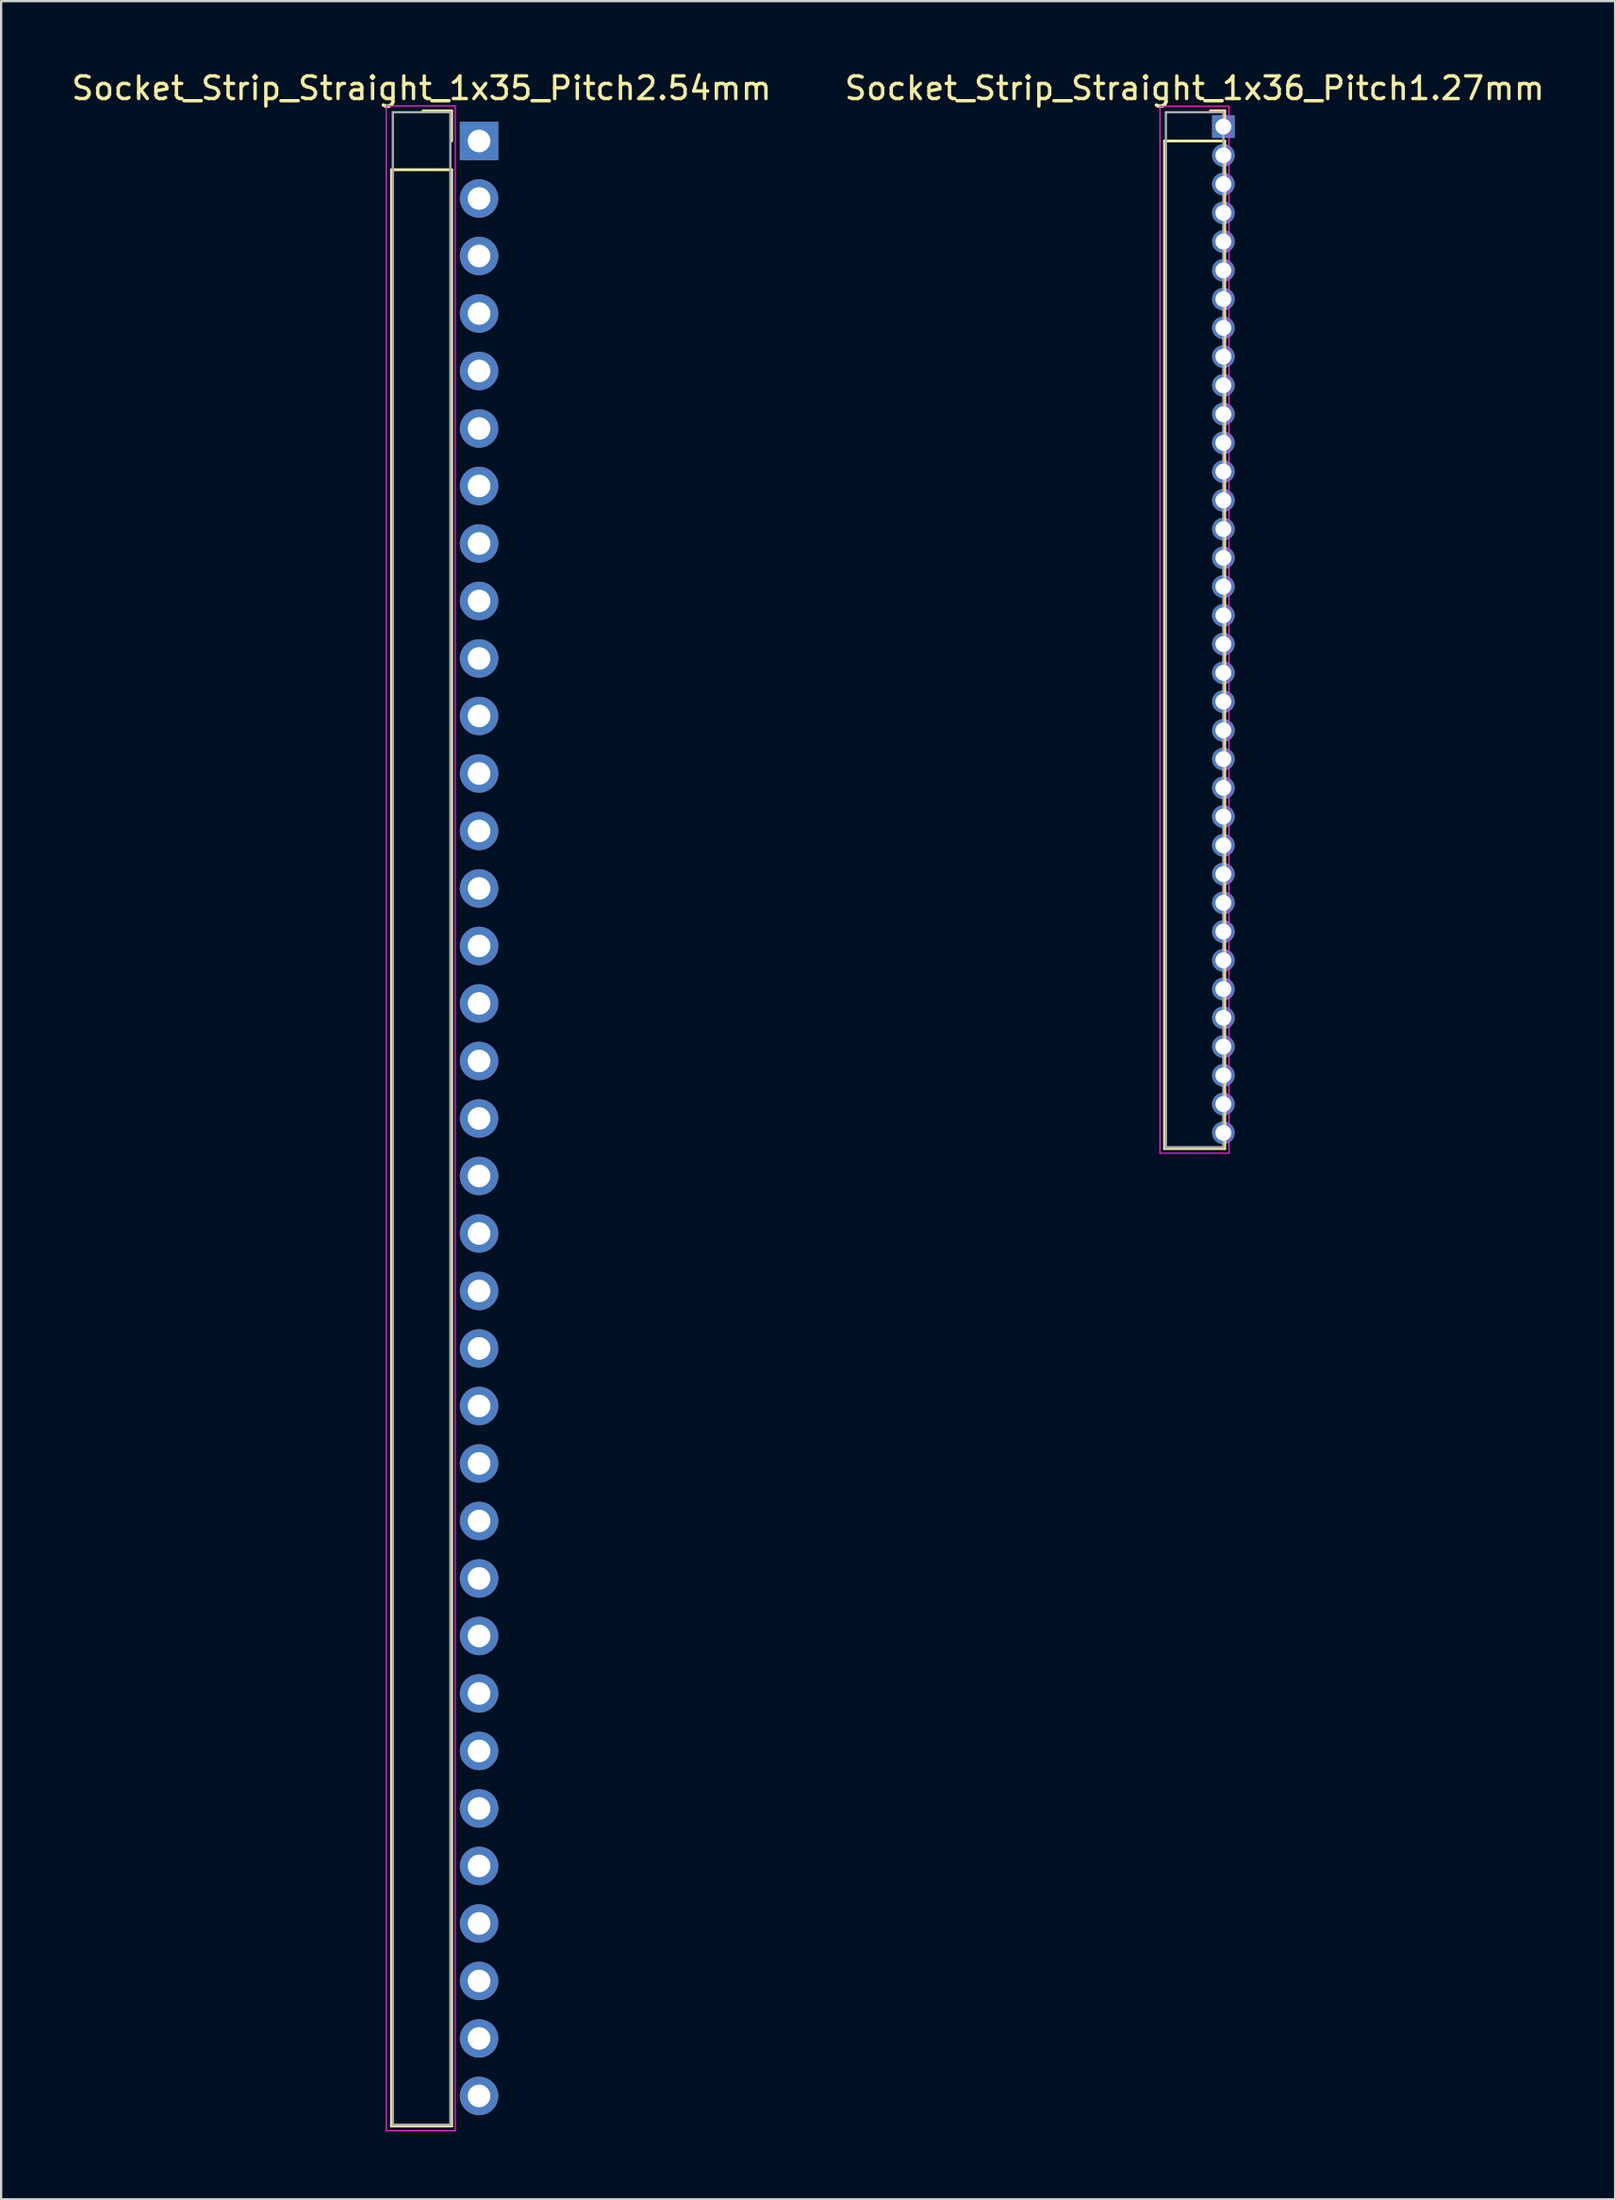
<source format=kicad_pcb>
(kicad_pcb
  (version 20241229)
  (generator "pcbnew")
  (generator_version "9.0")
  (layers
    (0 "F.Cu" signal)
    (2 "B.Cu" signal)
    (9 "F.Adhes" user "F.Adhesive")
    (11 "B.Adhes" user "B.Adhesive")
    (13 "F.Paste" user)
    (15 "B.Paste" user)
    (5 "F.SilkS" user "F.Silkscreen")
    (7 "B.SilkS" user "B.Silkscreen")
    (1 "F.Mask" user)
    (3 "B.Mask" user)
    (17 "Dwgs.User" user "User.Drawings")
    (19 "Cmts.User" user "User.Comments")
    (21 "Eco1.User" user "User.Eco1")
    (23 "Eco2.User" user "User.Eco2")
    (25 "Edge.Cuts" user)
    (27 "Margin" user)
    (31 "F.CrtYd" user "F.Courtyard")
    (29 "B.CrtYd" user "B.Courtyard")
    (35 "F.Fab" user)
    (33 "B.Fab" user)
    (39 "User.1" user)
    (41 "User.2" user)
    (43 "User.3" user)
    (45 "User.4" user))
  (footprint "Socket_Strip_Straight_1x36_Pitch1.27mm"
    (layer "F.Cu")
    (at 51.002 2.543)
    (property "Reference" "Socket_Strip_Straight_1x36_Pitch1.27mm" (at -1.27 -1.695 0) (layer "F.SilkS") (effects (font (size 1 1) (thickness 0.15))))
    (attr through_hole)
    (fp_line (start -2.6 0.635) (end -2.6 45.145) (stroke (width 0.12) (type solid)) (layer "F.SilkS"))
    (fp_line (start -2.6 45.145) (end 0.06 45.145) (stroke (width 0.12) (type solid)) (layer "F.SilkS"))
    (fp_line (start 0.06 -0.695) (end -0.575 -0.695) (stroke (width 0.12) (type solid)) (layer "F.SilkS"))
    (fp_line (start 0.06 0) (end 0.06 -0.695) (stroke (width 0.12) (type solid)) (layer "F.SilkS"))
    (fp_line (start 0.06 0.635) (end -2.6 0.635) (stroke (width 0.12) (type solid)) (layer "F.SilkS"))
    (fp_line (start 0.06 45.145) (end 0.06 0.635) (stroke (width 0.12) (type solid)) (layer "F.SilkS"))
    (fp_line (start -2.8 -0.9) (end -2.8 45.35) (stroke (width 0.05) (type solid)) (layer "F.CrtYd"))
    (fp_line (start -2.8 45.35) (end 0.25 45.35) (stroke (width 0.05) (type solid)) (layer "F.CrtYd"))
    (fp_line (start 0.25 -0.9) (end -2.8 -0.9) (stroke (width 0.05) (type solid)) (layer "F.CrtYd"))
    (fp_line (start 0.25 45.35) (end 0.25 -0.9) (stroke (width 0.05) (type solid)) (layer "F.CrtYd"))
    (fp_line (start -2.54 -0.635) (end -2.54 45.085) (stroke (width 0.1) (type solid)) (layer "F.Fab"))
    (fp_line (start -2.54 45.085) (end 0 45.085) (stroke (width 0.1) (type solid)) (layer "F.Fab"))
    (fp_line (start 0 -0.635) (end -2.54 -0.635) (stroke (width 0.1) (type solid)) (layer "F.Fab"))
    (fp_line (start 0 45.085) (end 0 -0.635) (stroke (width 0.1) (type solid)) (layer "F.Fab"))
    (pad "1" thru_hole rect (at 0 0) (size 1 1) (drill 0.7) (layers "*.Cu" "*.Mask"))
    (pad "2" thru_hole oval (at 0 1.27) (size 1 1) (drill 0.7) (layers "*.Cu" "*.Mask"))
    (pad "3" thru_hole oval (at 0 2.54) (size 1 1) (drill 0.7) (layers "*.Cu" "*.Mask"))
    (pad "4" thru_hole oval (at 0 3.81) (size 1 1) (drill 0.7) (layers "*.Cu" "*.Mask"))
    (pad "5" thru_hole oval (at 0 5.08) (size 1 1) (drill 0.7) (layers "*.Cu" "*.Mask"))
    (pad "6" thru_hole oval (at 0 6.35) (size 1 1) (drill 0.7) (layers "*.Cu" "*.Mask"))
    (pad "7" thru_hole oval (at 0 7.62) (size 1 1) (drill 0.7) (layers "*.Cu" "*.Mask"))
    (pad "8" thru_hole oval (at 0 8.89) (size 1 1) (drill 0.7) (layers "*.Cu" "*.Mask"))
    (pad "9" thru_hole oval (at 0 10.16) (size 1 1) (drill 0.7) (layers "*.Cu" "*.Mask"))
    (pad "10" thru_hole oval (at 0 11.43) (size 1 1) (drill 0.7) (layers "*.Cu" "*.Mask"))
    (pad "11" thru_hole oval (at 0 12.7) (size 1 1) (drill 0.7) (layers "*.Cu" "*.Mask"))
    (pad "12" thru_hole oval (at 0 13.97) (size 1 1) (drill 0.7) (layers "*.Cu" "*.Mask"))
    (pad "13" thru_hole oval (at 0 15.24) (size 1 1) (drill 0.7) (layers "*.Cu" "*.Mask"))
    (pad "14" thru_hole oval (at 0 16.51) (size 1 1) (drill 0.7) (layers "*.Cu" "*.Mask"))
    (pad "15" thru_hole oval (at 0 17.78) (size 1 1) (drill 0.7) (layers "*.Cu" "*.Mask"))
    (pad "16" thru_hole oval (at 0 19.05) (size 1 1) (drill 0.7) (layers "*.Cu" "*.Mask"))
    (pad "17" thru_hole oval (at 0 20.32) (size 1 1) (drill 0.7) (layers "*.Cu" "*.Mask"))
    (pad "18" thru_hole oval (at 0 21.59) (size 1 1) (drill 0.7) (layers "*.Cu" "*.Mask"))
    (pad "19" thru_hole oval (at 0 22.86) (size 1 1) (drill 0.7) (layers "*.Cu" "*.Mask"))
    (pad "20" thru_hole oval (at 0 24.13) (size 1 1) (drill 0.7) (layers "*.Cu" "*.Mask"))
    (pad "21" thru_hole oval (at 0 25.4) (size 1 1) (drill 0.7) (layers "*.Cu" "*.Mask"))
    (pad "22" thru_hole oval (at 0 26.67) (size 1 1) (drill 0.7) (layers "*.Cu" "*.Mask"))
    (pad "23" thru_hole oval (at 0 27.94) (size 1 1) (drill 0.7) (layers "*.Cu" "*.Mask"))
    (pad "24" thru_hole oval (at 0 29.21) (size 1 1) (drill 0.7) (layers "*.Cu" "*.Mask"))
    (pad "25" thru_hole oval (at 0 30.48) (size 1 1) (drill 0.7) (layers "*.Cu" "*.Mask"))
    (pad "26" thru_hole oval (at 0 31.75) (size 1 1) (drill 0.7) (layers "*.Cu" "*.Mask"))
    (pad "27" thru_hole oval (at 0 33.02) (size 1 1) (drill 0.7) (layers "*.Cu" "*.Mask"))
    (pad "28" thru_hole oval (at 0 34.29) (size 1 1) (drill 0.7) (layers "*.Cu" "*.Mask"))
    (pad "29" thru_hole oval (at 0 35.56) (size 1 1) (drill 0.7) (layers "*.Cu" "*.Mask"))
    (pad "30" thru_hole oval (at 0 36.83) (size 1 1) (drill 0.7) (layers "*.Cu" "*.Mask"))
    (pad "31" thru_hole oval (at 0 38.1) (size 1 1) (drill 0.7) (layers "*.Cu" "*.Mask"))
    (pad "32" thru_hole oval (at 0 39.37) (size 1 1) (drill 0.7) (layers "*.Cu" "*.Mask"))
    (pad "33" thru_hole oval (at 0 40.64) (size 1 1) (drill 0.7) (layers "*.Cu" "*.Mask"))
    (pad "34" thru_hole oval (at 0 41.91) (size 1 1) (drill 0.7) (layers "*.Cu" "*.Mask"))
    (pad "35" thru_hole oval (at 0 43.18) (size 1 1) (drill 0.7) (layers "*.Cu" "*.Mask"))
    (pad "36" thru_hole oval (at 0 44.45) (size 1 1) (drill 0.7) (layers "*.Cu" "*.Mask")))
  (footprint "Socket_Strip_Straight_1x35_Pitch2.54mm"
    (layer "F.Cu")
    (at 18.117 3.178)
    (property "Reference" "Socket_Strip_Straight_1x35_Pitch2.54mm" (at -2.54 -2.33 0) (layer "F.SilkS") (effects (font (size 1 1) (thickness 0.15))))
    (attr through_hole)
    (fp_line (start -3.87 1.27) (end -3.87 87.69) (stroke (width 0.12) (type solid)) (layer "F.SilkS"))
    (fp_line (start -3.87 87.69) (end -1.21 87.69) (stroke (width 0.12) (type solid)) (layer "F.SilkS"))
    (fp_line (start -1.21 -1.33) (end -2.48 -1.33) (stroke (width 0.12) (type solid)) (layer "F.SilkS"))
    (fp_line (start -1.21 0) (end -1.21 -1.33) (stroke (width 0.12) (type solid)) (layer "F.SilkS"))
    (fp_line (start -1.21 1.27) (end -3.87 1.27) (stroke (width 0.12) (type solid)) (layer "F.SilkS"))
    (fp_line (start -1.21 87.69) (end -1.21 1.27) (stroke (width 0.12) (type solid)) (layer "F.SilkS"))
    (fp_line (start -4.1 -1.55) (end -4.1 87.9) (stroke (width 0.05) (type solid)) (layer "F.CrtYd"))
    (fp_line (start -4.1 87.9) (end -1.05 87.9) (stroke (width 0.05) (type solid)) (layer "F.CrtYd"))
    (fp_line (start -1.05 -1.55) (end -4.1 -1.55) (stroke (width 0.05) (type solid)) (layer "F.CrtYd"))
    (fp_line (start -1.05 87.9) (end -1.05 -1.55) (stroke (width 0.05) (type solid)) (layer "F.CrtYd"))
    (fp_line (start -3.81 -1.27) (end -3.81 87.63) (stroke (width 0.1) (type solid)) (layer "F.Fab"))
    (fp_line (start -3.81 87.63) (end -1.27 87.63) (stroke (width 0.1) (type solid)) (layer "F.Fab"))
    (fp_line (start -1.27 -1.27) (end -3.81 -1.27) (stroke (width 0.1) (type solid)) (layer "F.Fab"))
    (fp_line (start -1.27 87.63) (end -1.27 -1.27) (stroke (width 0.1) (type solid)) (layer "F.Fab"))
    (pad "1" thru_hole rect (at 0 0) (size 1.7 1.7) (drill 1) (layers "*.Cu" "*.Mask"))
    (pad "2" thru_hole oval (at 0 2.54) (size 1.7 1.7) (drill 1) (layers "*.Cu" "*.Mask"))
    (pad "3" thru_hole oval (at 0 5.08) (size 1.7 1.7) (drill 1) (layers "*.Cu" "*.Mask"))
    (pad "4" thru_hole oval (at 0 7.62) (size 1.7 1.7) (drill 1) (layers "*.Cu" "*.Mask"))
    (pad "5" thru_hole oval (at 0 10.16) (size 1.7 1.7) (drill 1) (layers "*.Cu" "*.Mask"))
    (pad "6" thru_hole oval (at 0 12.7) (size 1.7 1.7) (drill 1) (layers "*.Cu" "*.Mask"))
    (pad "7" thru_hole oval (at 0 15.24) (size 1.7 1.7) (drill 1) (layers "*.Cu" "*.Mask"))
    (pad "8" thru_hole oval (at 0 17.78) (size 1.7 1.7) (drill 1) (layers "*.Cu" "*.Mask"))
    (pad "9" thru_hole oval (at 0 20.32) (size 1.7 1.7) (drill 1) (layers "*.Cu" "*.Mask"))
    (pad "10" thru_hole oval (at 0 22.86) (size 1.7 1.7) (drill 1) (layers "*.Cu" "*.Mask"))
    (pad "11" thru_hole oval (at 0 25.4) (size 1.7 1.7) (drill 1) (layers "*.Cu" "*.Mask"))
    (pad "12" thru_hole oval (at 0 27.94) (size 1.7 1.7) (drill 1) (layers "*.Cu" "*.Mask"))
    (pad "13" thru_hole oval (at 0 30.48) (size 1.7 1.7) (drill 1) (layers "*.Cu" "*.Mask"))
    (pad "14" thru_hole oval (at 0 33.02) (size 1.7 1.7) (drill 1) (layers "*.Cu" "*.Mask"))
    (pad "15" thru_hole oval (at 0 35.56) (size 1.7 1.7) (drill 1) (layers "*.Cu" "*.Mask"))
    (pad "16" thru_hole oval (at 0 38.1) (size 1.7 1.7) (drill 1) (layers "*.Cu" "*.Mask"))
    (pad "17" thru_hole oval (at 0 40.64) (size 1.7 1.7) (drill 1) (layers "*.Cu" "*.Mask"))
    (pad "18" thru_hole oval (at 0 43.18) (size 1.7 1.7) (drill 1) (layers "*.Cu" "*.Mask"))
    (pad "19" thru_hole oval (at 0 45.72) (size 1.7 1.7) (drill 1) (layers "*.Cu" "*.Mask"))
    (pad "20" thru_hole oval (at 0 48.26) (size 1.7 1.7) (drill 1) (layers "*.Cu" "*.Mask"))
    (pad "21" thru_hole oval (at 0 50.8) (size 1.7 1.7) (drill 1) (layers "*.Cu" "*.Mask"))
    (pad "22" thru_hole oval (at 0 53.34) (size 1.7 1.7) (drill 1) (layers "*.Cu" "*.Mask"))
    (pad "23" thru_hole oval (at 0 55.88) (size 1.7 1.7) (drill 1) (layers "*.Cu" "*.Mask"))
    (pad "24" thru_hole oval (at 0 58.42) (size 1.7 1.7) (drill 1) (layers "*.Cu" "*.Mask"))
    (pad "25" thru_hole oval (at 0 60.96) (size 1.7 1.7) (drill 1) (layers "*.Cu" "*.Mask"))
    (pad "26" thru_hole oval (at 0 63.5) (size 1.7 1.7) (drill 1) (layers "*.Cu" "*.Mask"))
    (pad "27" thru_hole oval (at 0 66.04) (size 1.7 1.7) (drill 1) (layers "*.Cu" "*.Mask"))
    (pad "28" thru_hole oval (at 0 68.58) (size 1.7 1.7) (drill 1) (layers "*.Cu" "*.Mask"))
    (pad "29" thru_hole oval (at 0 71.12) (size 1.7 1.7) (drill 1) (layers "*.Cu" "*.Mask"))
    (pad "30" thru_hole oval (at 0 73.66) (size 1.7 1.7) (drill 1) (layers "*.Cu" "*.Mask"))
    (pad "31" thru_hole oval (at 0 76.2) (size 1.7 1.7) (drill 1) (layers "*.Cu" "*.Mask"))
    (pad "32" thru_hole oval (at 0 78.74) (size 1.7 1.7) (drill 1) (layers "*.Cu" "*.Mask"))
    (pad "33" thru_hole oval (at 0 81.28) (size 1.7 1.7) (drill 1) (layers "*.Cu" "*.Mask"))
    (pad "34" thru_hole oval (at 0 83.82) (size 1.7 1.7) (drill 1) (layers "*.Cu" "*.Mask"))
    (pad "35" thru_hole oval (at 0 86.36) (size 1.7 1.7) (drill 1) (layers "*.Cu" "*.Mask")))
  (gr_rect
    (start -3 -3)
    (end 68.31 94.103)
    (stroke (width 0.1) (type default))
    (fill no)
    (layer "Edge.Cuts")))
</source>
